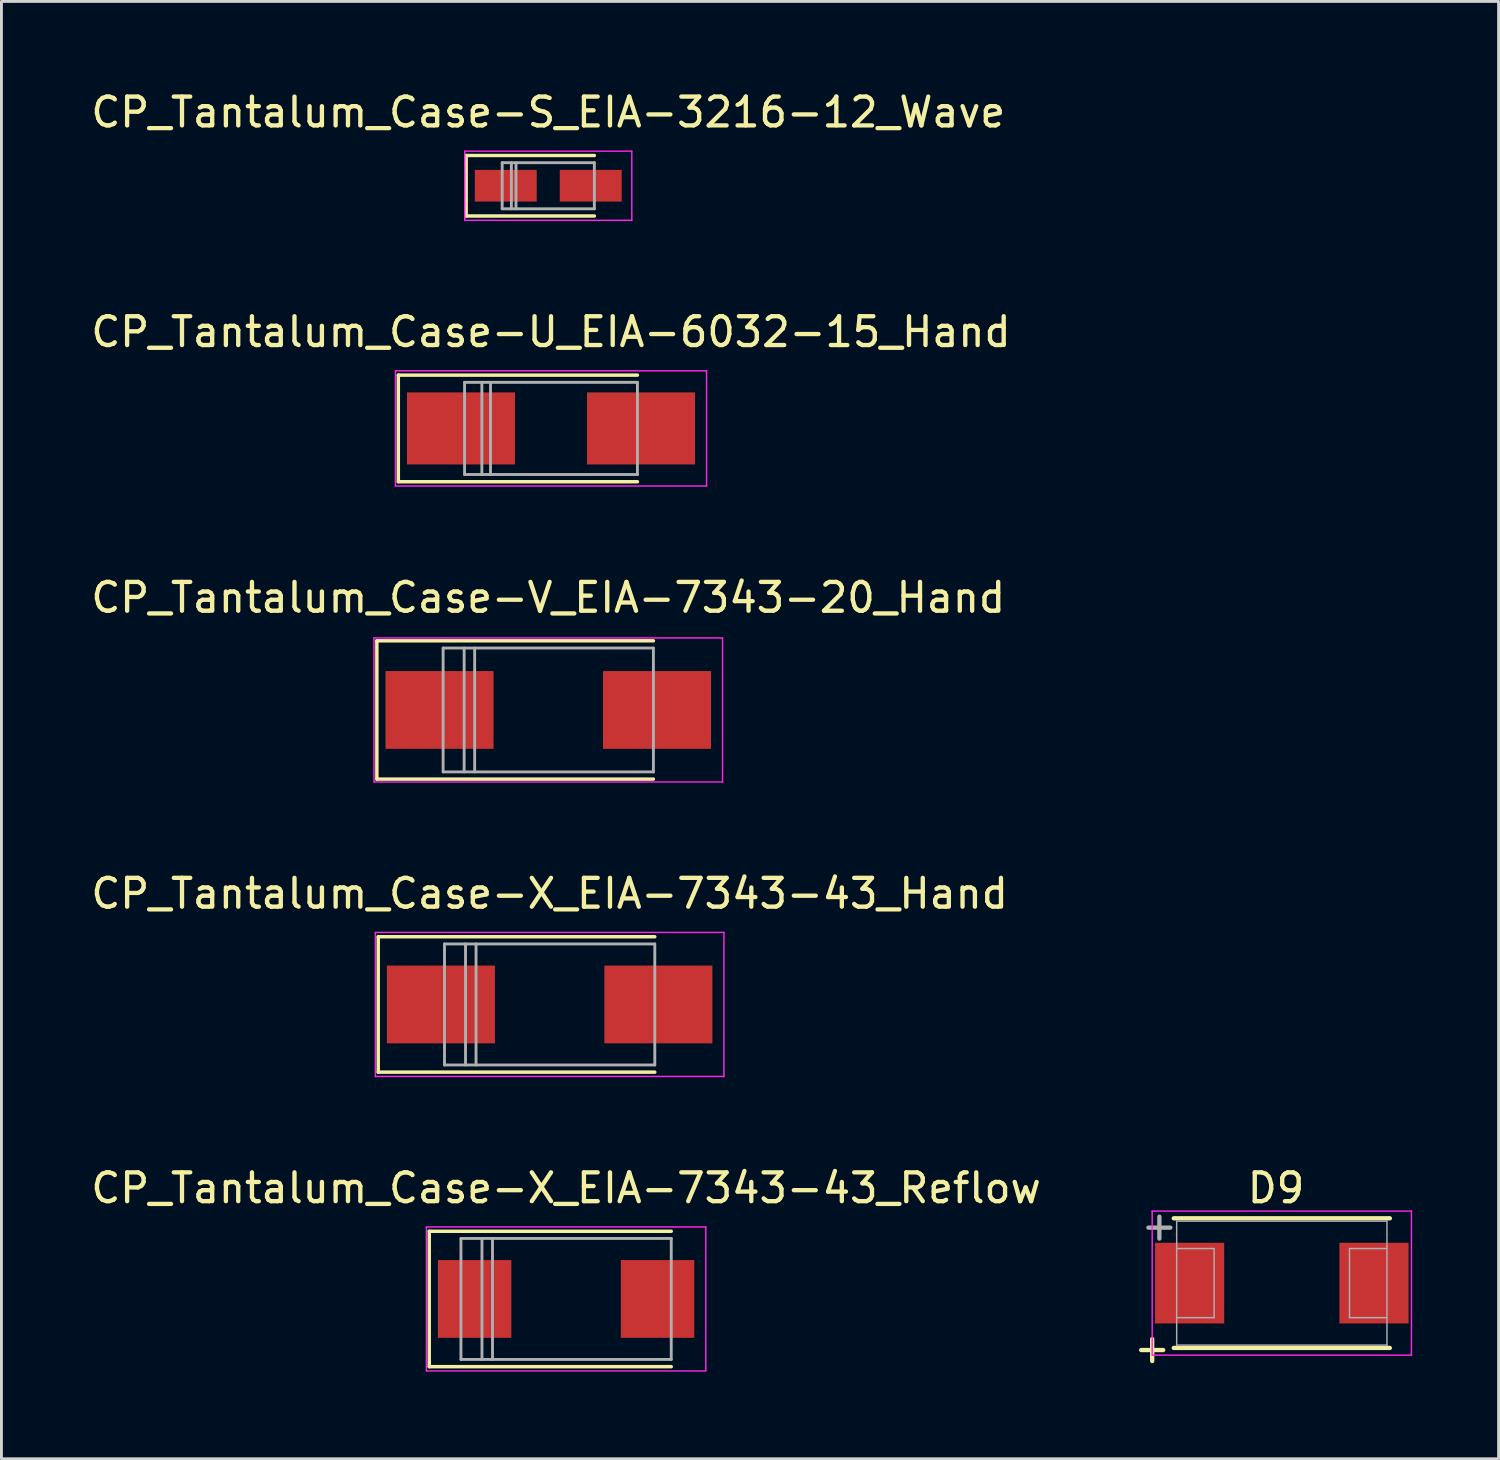
<source format=kicad_pcb>
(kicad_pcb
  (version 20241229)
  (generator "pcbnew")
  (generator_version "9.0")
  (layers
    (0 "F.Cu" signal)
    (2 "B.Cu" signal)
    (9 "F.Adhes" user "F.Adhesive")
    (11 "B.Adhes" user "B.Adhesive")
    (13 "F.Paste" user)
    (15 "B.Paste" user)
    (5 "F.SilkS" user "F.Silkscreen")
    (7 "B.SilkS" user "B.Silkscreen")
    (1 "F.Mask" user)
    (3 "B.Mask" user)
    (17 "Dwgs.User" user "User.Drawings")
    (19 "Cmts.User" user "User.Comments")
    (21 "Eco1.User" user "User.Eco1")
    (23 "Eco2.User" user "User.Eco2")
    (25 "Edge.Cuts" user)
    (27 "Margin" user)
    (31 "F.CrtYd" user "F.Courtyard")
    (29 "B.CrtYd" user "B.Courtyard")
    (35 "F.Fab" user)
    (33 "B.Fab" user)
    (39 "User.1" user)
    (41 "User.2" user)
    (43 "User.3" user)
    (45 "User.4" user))
  (footprint "CP_Tantalum_Case-S_EIA-3216-12_Wave"
    (layer "F.Cu")
    (at 15.982 3.398)
    (property "Reference" "CP_Tantalum_Case-S_EIA-3216-12_Wave" (at 0 -2.55 0) (layer "F.SilkS") (effects (font (size 1 1) (thickness 0.15))))
    (attr smd)
    (fp_line (start -2.85 -1.05) (end -2.85 1.05) (stroke (width 0.12) (type solid)) (layer "F.SilkS"))
    (fp_line (start -2.85 -1.05) (end 1.6 -1.05) (stroke (width 0.12) (type solid)) (layer "F.SilkS"))
    (fp_line (start -2.85 1.05) (end 1.6 1.05) (stroke (width 0.12) (type solid)) (layer "F.SilkS"))
    (fp_line (start -2.9 -1.2) (end -2.9 1.2) (stroke (width 0.05) (type solid)) (layer "F.CrtYd"))
    (fp_line (start -2.9 1.2) (end 2.9 1.2) (stroke (width 0.05) (type solid)) (layer "F.CrtYd"))
    (fp_line (start 2.9 -1.2) (end -2.9 -1.2) (stroke (width 0.05) (type solid)) (layer "F.CrtYd"))
    (fp_line (start 2.9 1.2) (end 2.9 -1.2) (stroke (width 0.05) (type solid)) (layer "F.CrtYd"))
    (fp_line (start -1.6 -0.8) (end -1.6 0.8) (stroke (width 0.1) (type solid)) (layer "F.Fab"))
    (fp_line (start -1.6 0.8) (end 1.6 0.8) (stroke (width 0.1) (type solid)) (layer "F.Fab"))
    (fp_line (start -1.28 -0.8) (end -1.28 0.8) (stroke (width 0.1) (type solid)) (layer "F.Fab"))
    (fp_line (start -1.12 -0.8) (end -1.12 0.8) (stroke (width 0.1) (type solid)) (layer "F.Fab"))
    (fp_line (start 1.6 -0.8) (end -1.6 -0.8) (stroke (width 0.1) (type solid)) (layer "F.Fab"))
    (fp_line (start 1.6 0.8) (end 1.6 -0.8) (stroke (width 0.1) (type solid)) (layer "F.Fab"))
    (pad "1" smd rect (at -1.475 0) (size 2.15 1.1) (layers "F.Cu" "F.Mask" "F.Paste"))
    (pad "2" smd rect (at 1.475 0) (size 2.15 1.1) (layers "F.Cu" "F.Mask" "F.Paste")))
  (footprint "CP_Tantalum_Case-X_EIA-7343-43_Reflow"
    (layer "F.Cu")
    (at 16.601 42.041)
    (property "Reference" "CP_Tantalum_Case-X_EIA-7343-43_Reflow" (at 0 -3.85 0) (layer "F.SilkS") (effects (font (size 1 1) (thickness 0.15))))
    (attr smd)
    (fp_line (start -4.75 -2.35) (end -4.75 2.35) (stroke (width 0.12) (type solid)) (layer "F.SilkS"))
    (fp_line (start -4.75 -2.35) (end 3.65 -2.35) (stroke (width 0.12) (type solid)) (layer "F.SilkS"))
    (fp_line (start -4.75 2.35) (end 3.65 2.35) (stroke (width 0.12) (type solid)) (layer "F.SilkS"))
    (fp_line (start -4.85 -2.5) (end -4.85 2.5) (stroke (width 0.05) (type solid)) (layer "F.CrtYd"))
    (fp_line (start -4.85 2.5) (end 4.85 2.5) (stroke (width 0.05) (type solid)) (layer "F.CrtYd"))
    (fp_line (start 4.85 -2.5) (end -4.85 -2.5) (stroke (width 0.05) (type solid)) (layer "F.CrtYd"))
    (fp_line (start 4.85 2.5) (end 4.85 -2.5) (stroke (width 0.05) (type solid)) (layer "F.CrtYd"))
    (fp_line (start -3.65 -2.1) (end -3.65 2.1) (stroke (width 0.1) (type solid)) (layer "F.Fab"))
    (fp_line (start -3.65 2.1) (end 3.65 2.1) (stroke (width 0.1) (type solid)) (layer "F.Fab"))
    (fp_line (start -2.92 -2.1) (end -2.92 2.1) (stroke (width 0.1) (type solid)) (layer "F.Fab"))
    (fp_line (start -2.555 -2.1) (end -2.555 2.1) (stroke (width 0.1) (type solid)) (layer "F.Fab"))
    (fp_line (start 3.65 -2.1) (end -3.65 -2.1) (stroke (width 0.1) (type solid)) (layer "F.Fab"))
    (fp_line (start 3.65 2.1) (end 3.65 -2.1) (stroke (width 0.1) (type solid)) (layer "F.Fab"))
    (pad "1" smd rect (at -3.175 0) (size 2.55 2.7) (layers "F.Cu" "F.Mask" "F.Paste"))
    (pad "2" smd rect (at 3.175 0) (size 2.55 2.7) (layers "F.Cu" "F.Mask" "F.Paste")))
  (footprint "CP_Tantalum_Case-V_EIA-7343-20_Hand"
    (layer "F.Cu")
    (at 15.982 21.595)
    (property "Reference" "CP_Tantalum_Case-V_EIA-7343-20_Hand" (at 0 -3.9 0) (layer "F.SilkS") (effects (font (size 1 1) (thickness 0.15))))
    (attr smd)
    (fp_line (start -5.95 -2.4) (end -5.95 2.4) (stroke (width 0.12) (type solid)) (layer "F.SilkS"))
    (fp_line (start -5.95 -2.4) (end 3.65 -2.4) (stroke (width 0.12) (type solid)) (layer "F.SilkS"))
    (fp_line (start -5.95 2.4) (end 3.65 2.4) (stroke (width 0.12) (type solid)) (layer "F.SilkS"))
    (fp_line (start -6.05 -2.5) (end -6.05 2.5) (stroke (width 0.05) (type solid)) (layer "F.CrtYd"))
    (fp_line (start -6.05 2.5) (end 6.05 2.5) (stroke (width 0.05) (type solid)) (layer "F.CrtYd"))
    (fp_line (start 6.05 -2.5) (end -6.05 -2.5) (stroke (width 0.05) (type solid)) (layer "F.CrtYd"))
    (fp_line (start 6.05 2.5) (end 6.05 -2.5) (stroke (width 0.05) (type solid)) (layer "F.CrtYd"))
    (fp_line (start -3.65 -2.15) (end -3.65 2.15) (stroke (width 0.1) (type solid)) (layer "F.Fab"))
    (fp_line (start -3.65 2.15) (end 3.65 2.15) (stroke (width 0.1) (type solid)) (layer "F.Fab"))
    (fp_line (start -2.92 -2.15) (end -2.92 2.15) (stroke (width 0.1) (type solid)) (layer "F.Fab"))
    (fp_line (start -2.555 -2.15) (end -2.555 2.15) (stroke (width 0.1) (type solid)) (layer "F.Fab"))
    (fp_line (start 3.65 -2.15) (end -3.65 -2.15) (stroke (width 0.1) (type solid)) (layer "F.Fab"))
    (fp_line (start 3.65 2.15) (end 3.65 -2.15) (stroke (width 0.1) (type solid)) (layer "F.Fab"))
    (pad "1" smd rect (at -3.775 0) (size 3.75 2.7) (layers "F.Cu" "F.Mask" "F.Paste"))
    (pad "2" smd rect (at 3.775 0) (size 3.75 2.7) (layers "F.Cu" "F.Mask" "F.Paste")))
  (footprint "CP_Tantalum_Case-X_EIA-7343-43_Hand"
    (layer "F.Cu")
    (at 16.03 31.818)
    (property "Reference" "CP_Tantalum_Case-X_EIA-7343-43_Hand" (at 0 -3.85 0) (layer "F.SilkS") (effects (font (size 1 1) (thickness 0.15))))
    (attr smd)
    (fp_line (start -5.95 -2.35) (end -5.95 2.35) (stroke (width 0.12) (type solid)) (layer "F.SilkS"))
    (fp_line (start -5.95 -2.35) (end 3.65 -2.35) (stroke (width 0.12) (type solid)) (layer "F.SilkS"))
    (fp_line (start -5.95 2.35) (end 3.65 2.35) (stroke (width 0.12) (type solid)) (layer "F.SilkS"))
    (fp_line (start -6.05 -2.5) (end -6.05 2.5) (stroke (width 0.05) (type solid)) (layer "F.CrtYd"))
    (fp_line (start -6.05 2.5) (end 6.05 2.5) (stroke (width 0.05) (type solid)) (layer "F.CrtYd"))
    (fp_line (start 6.05 -2.5) (end -6.05 -2.5) (stroke (width 0.05) (type solid)) (layer "F.CrtYd"))
    (fp_line (start 6.05 2.5) (end 6.05 -2.5) (stroke (width 0.05) (type solid)) (layer "F.CrtYd"))
    (fp_line (start -3.65 -2.1) (end -3.65 2.1) (stroke (width 0.1) (type solid)) (layer "F.Fab"))
    (fp_line (start -3.65 2.1) (end 3.65 2.1) (stroke (width 0.1) (type solid)) (layer "F.Fab"))
    (fp_line (start -2.92 -2.1) (end -2.92 2.1) (stroke (width 0.1) (type solid)) (layer "F.Fab"))
    (fp_line (start -2.555 -2.1) (end -2.555 2.1) (stroke (width 0.1) (type solid)) (layer "F.Fab"))
    (fp_line (start 3.65 -2.1) (end -3.65 -2.1) (stroke (width 0.1) (type solid)) (layer "F.Fab"))
    (fp_line (start 3.65 2.1) (end 3.65 -2.1) (stroke (width 0.1) (type solid)) (layer "F.Fab"))
    (pad "1" smd rect (at -3.775 0) (size 3.75 2.7) (layers "F.Cu" "F.Mask" "F.Paste"))
    (pad "2" smd rect (at 3.775 0) (size 3.75 2.7) (layers "F.Cu" "F.Mask" "F.Paste")))
  (footprint "D9"
    (layer "F.Cu")
    (at 41.446 41.491)
    (property "Reference" "D9" (at -0.201 -3.299 0) (layer "F.SilkS") (effects (font (size 1 1) (thickness 0.15))))
    (attr smd)
    (fp_line (start -3.75 2.25) (end 3.75 2.25) (stroke (width 0.15) (type solid)) (layer "F.SilkS"))
    (fp_line (start 3.75 -2.25) (end -3.75 -2.25) (stroke (width 0.15) (type solid)) (layer "F.SilkS"))
    (fp_line (start -4.5 -2.5) (end -4.5 2.5) (stroke (width 0.05) (type solid)) (layer "F.CrtYd"))
    (fp_line (start -4.5 2.5) (end 4.5 2.5) (stroke (width 0.05) (type solid)) (layer "F.CrtYd"))
    (fp_line (start 4.5 -2.5) (end -4.5 -2.5) (stroke (width 0.05) (type solid)) (layer "F.CrtYd"))
    (fp_line (start 4.5 2.5) (end 4.5 -2.5) (stroke (width 0.05) (type solid)) (layer "F.CrtYd"))
    (fp_line (start -3.65 -2.15) (end 3.65 -2.15) (stroke (width 0.05) (type solid)) (layer "F.Fab"))
    (fp_line (start -3.65 -1.2) (end -2.35 -1.2) (stroke (width 0.05) (type solid)) (layer "F.Fab"))
    (fp_line (start -3.65 2.15) (end -3.65 -2.15) (stroke (width 0.05) (type solid)) (layer "F.Fab"))
    (fp_line (start -2.35 -1.2) (end -2.35 1.2) (stroke (width 0.05) (type solid)) (layer "F.Fab"))
    (fp_line (start -2.35 1.2) (end -3.65 1.2) (stroke (width 0.05) (type solid)) (layer "F.Fab"))
    (fp_line (start 2.35 -1.2) (end 2.35 1.2) (stroke (width 0.05) (type solid)) (layer "F.Fab"))
    (fp_line (start 2.35 1.2) (end 3.65 1.2) (stroke (width 0.05) (type solid)) (layer "F.Fab"))
    (fp_line (start 3.65 -2.15) (end 3.65 2.15) (stroke (width 0.05) (type solid)) (layer "F.Fab"))
    (fp_line (start 3.65 -1.2) (end 2.35 -1.2) (stroke (width 0.05) (type solid)) (layer "F.Fab"))
    (fp_line (start 3.65 2.15) (end -3.65 2.15) (stroke (width 0.05) (type solid)) (layer "F.Fab"))
    (fp_text user "+" (at -4.5 2.25 0) (layer "F.SilkS") (effects (font (size 1 1) (thickness 0.15))))
    (fp_text user "+" (at -4.25 -2 0) (layer "F.Fab") (effects (font (size 1 1) (thickness 0.15))))
    (pad "1" smd rect (at -3.2 0) (size 2.4 2.8) (layers "F.Cu" "F.Mask" "F.Paste"))
    (pad "2" smd rect (at 3.2 0) (size 2.4 2.8) (layers "F.Cu" "F.Mask" "F.Paste")))
  (footprint "CP_Tantalum_Case-U_EIA-6032-15_Hand"
    (layer "F.Cu")
    (at 16.077 11.822)
    (property "Reference" "CP_Tantalum_Case-U_EIA-6032-15_Hand" (at 0 -3.35 0) (layer "F.SilkS") (effects (font (size 1 1) (thickness 0.15))))
    (attr smd)
    (fp_line (start -5.3 -1.85) (end -5.3 1.85) (stroke (width 0.12) (type solid)) (layer "F.SilkS"))
    (fp_line (start -5.3 -1.85) (end 3 -1.85) (stroke (width 0.12) (type solid)) (layer "F.SilkS"))
    (fp_line (start -5.3 1.85) (end 3 1.85) (stroke (width 0.12) (type solid)) (layer "F.SilkS"))
    (fp_line (start -5.4 -2) (end -5.4 2) (stroke (width 0.05) (type solid)) (layer "F.CrtYd"))
    (fp_line (start -5.4 2) (end 5.4 2) (stroke (width 0.05) (type solid)) (layer "F.CrtYd"))
    (fp_line (start 5.4 -2) (end -5.4 -2) (stroke (width 0.05) (type solid)) (layer "F.CrtYd"))
    (fp_line (start 5.4 2) (end 5.4 -2) (stroke (width 0.05) (type solid)) (layer "F.CrtYd"))
    (fp_line (start -3 -1.6) (end -3 1.6) (stroke (width 0.1) (type solid)) (layer "F.Fab"))
    (fp_line (start -3 1.6) (end 3 1.6) (stroke (width 0.1) (type solid)) (layer "F.Fab"))
    (fp_line (start -2.4 -1.6) (end -2.4 1.6) (stroke (width 0.1) (type solid)) (layer "F.Fab"))
    (fp_line (start -2.1 -1.6) (end -2.1 1.6) (stroke (width 0.1) (type solid)) (layer "F.Fab"))
    (fp_line (start 3 -1.6) (end -3 -1.6) (stroke (width 0.1) (type solid)) (layer "F.Fab"))
    (fp_line (start 3 1.6) (end 3 -1.6) (stroke (width 0.1) (type solid)) (layer "F.Fab"))
    (pad "1" smd rect (at -3.125 0) (size 3.75 2.5) (layers "F.Cu" "F.Mask" "F.Paste"))
    (pad "2" smd rect (at 3.125 0) (size 3.75 2.5) (layers "F.Cu" "F.Mask" "F.Paste")))
  (gr_rect
    (start -3 -3)
    (end 48.971 47.589)
    (stroke (width 0.1) (type default))
    (fill no)
    (layer "Edge.Cuts")))
</source>
